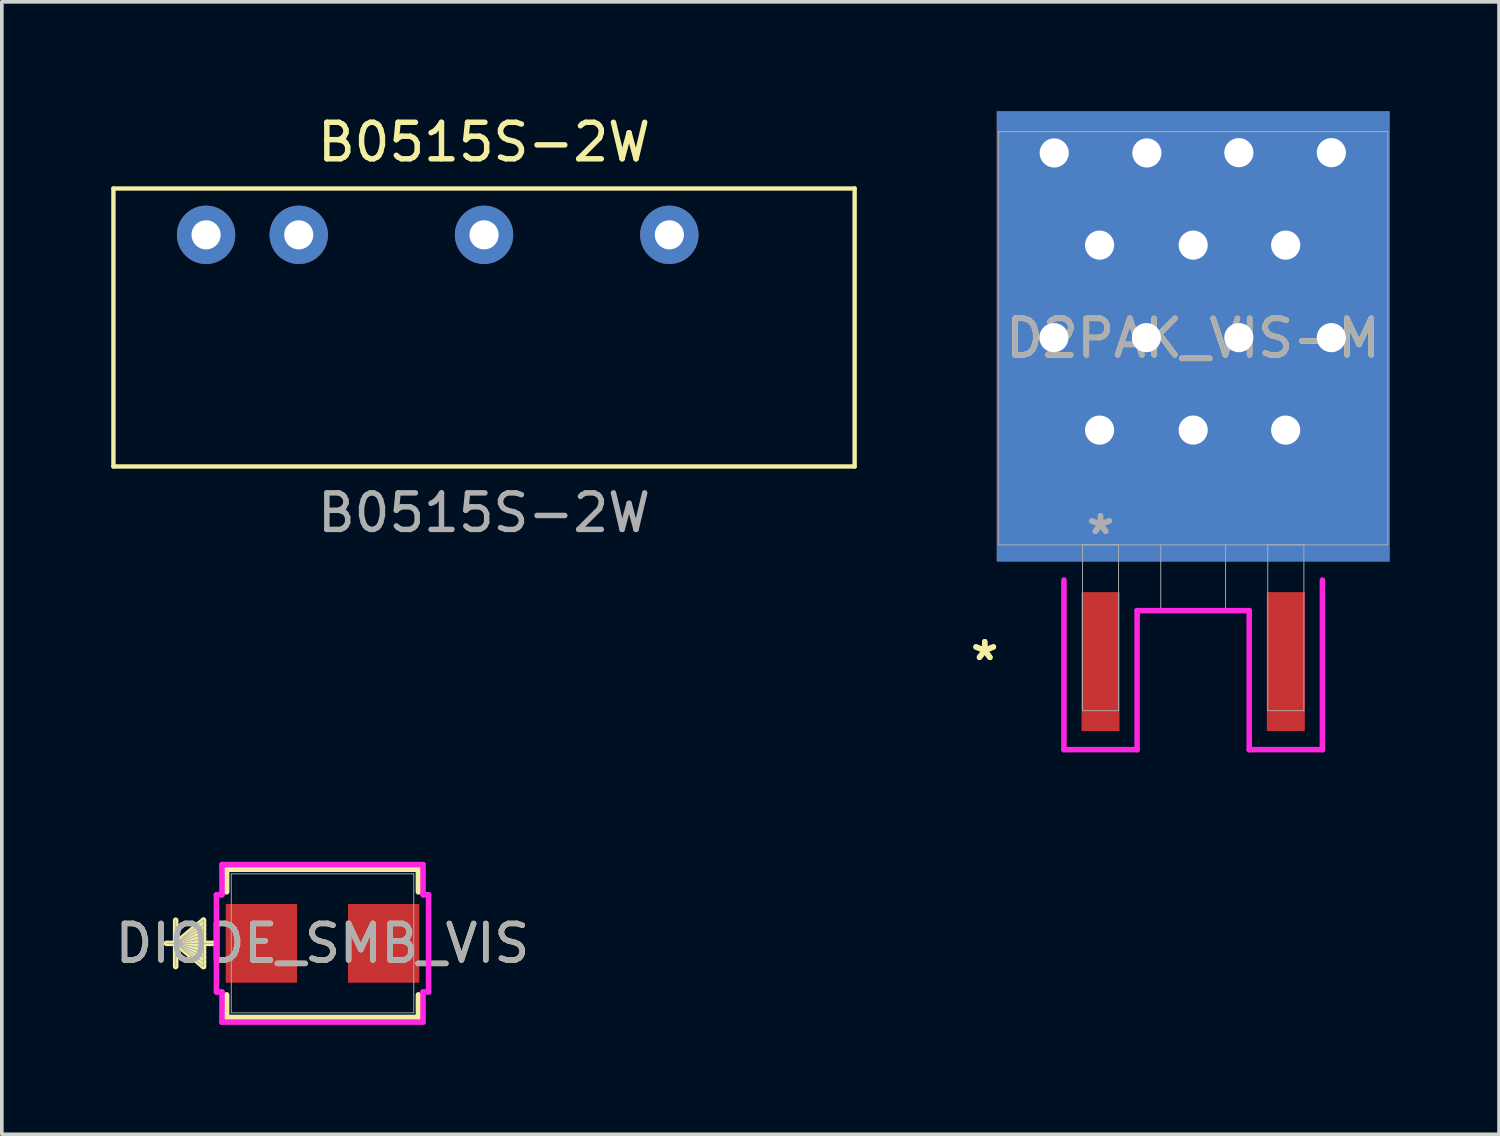
<source format=kicad_pcb>
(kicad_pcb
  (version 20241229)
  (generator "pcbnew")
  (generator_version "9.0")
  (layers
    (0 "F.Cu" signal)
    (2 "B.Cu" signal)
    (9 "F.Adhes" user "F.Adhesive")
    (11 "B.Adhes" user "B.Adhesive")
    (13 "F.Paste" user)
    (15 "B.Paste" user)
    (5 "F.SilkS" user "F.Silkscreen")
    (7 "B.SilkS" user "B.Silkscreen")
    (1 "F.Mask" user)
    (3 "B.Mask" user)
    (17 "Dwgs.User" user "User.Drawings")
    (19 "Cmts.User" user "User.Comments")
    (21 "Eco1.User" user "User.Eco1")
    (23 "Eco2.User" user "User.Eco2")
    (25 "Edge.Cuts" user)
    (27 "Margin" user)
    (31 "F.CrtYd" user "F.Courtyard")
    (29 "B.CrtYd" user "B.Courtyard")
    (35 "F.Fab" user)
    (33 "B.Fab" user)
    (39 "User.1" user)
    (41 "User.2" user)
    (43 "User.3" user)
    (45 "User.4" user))
  (footprint "DIODE_SMB_VIS"
    (layer "F.Cu")
    (at 5.792 22.812)
    (property "Reference" "DIODE_SMB_VIS" (at 0 0 0) (unlocked yes) (layer "F.SilkS") (effects (font (size 1 1) (thickness 0.15))))
    (attr smd)
    (fp_line (start -4.026 -0.635) (end -4.026 0.635) (stroke (width 0.152) (type solid)) (layer "F.SilkS"))
    (fp_line (start -4.026 0) (end -3.264 -0.635) (stroke (width 0.152) (type solid)) (layer "F.SilkS"))
    (fp_line (start -4.026 0) (end -3.264 -0.508) (stroke (width 0.152) (type solid)) (layer "F.SilkS"))
    (fp_line (start -4.026 0) (end -3.264 -0.381) (stroke (width 0.152) (type solid)) (layer "F.SilkS"))
    (fp_line (start -4.026 0) (end -3.264 -0.254) (stroke (width 0.152) (type solid)) (layer "F.SilkS"))
    (fp_line (start -4.026 0) (end -3.264 -0.127) (stroke (width 0.152) (type solid)) (layer "F.SilkS"))
    (fp_line (start -4.026 0) (end -3.264 0.127) (stroke (width 0.152) (type solid)) (layer "F.SilkS"))
    (fp_line (start -4.026 0) (end -3.264 0.254) (stroke (width 0.152) (type solid)) (layer "F.SilkS"))
    (fp_line (start -4.026 0) (end -3.264 0.381) (stroke (width 0.152) (type solid)) (layer "F.SilkS"))
    (fp_line (start -4.026 0) (end -3.264 0.508) (stroke (width 0.152) (type solid)) (layer "F.SilkS"))
    (fp_line (start -4.026 0) (end -3.264 0.635) (stroke (width 0.152) (type solid)) (layer "F.SilkS"))
    (fp_line (start -3.264 -0.635) (end -3.264 0.635) (stroke (width 0.152) (type solid)) (layer "F.SilkS"))
    (fp_line (start -3.01 0) (end -4.28 0) (stroke (width 0.152) (type solid)) (layer "F.SilkS"))
    (fp_line (start -2.629 -2.032) (end -2.629 -1.412) (stroke (width 0.152) (type solid)) (layer "F.SilkS"))
    (fp_line (start -2.629 1.412) (end -2.629 2.032) (stroke (width 0.152) (type solid)) (layer "F.SilkS"))
    (fp_line (start -2.629 2.032) (end 2.629 2.032) (stroke (width 0.152) (type solid)) (layer "F.SilkS"))
    (fp_line (start 2.629 -2.032) (end -2.629 -2.032) (stroke (width 0.152) (type solid)) (layer "F.SilkS"))
    (fp_line (start 2.629 -1.412) (end 2.629 -2.032) (stroke (width 0.152) (type solid)) (layer "F.SilkS"))
    (fp_line (start 2.629 2.032) (end 2.629 1.412) (stroke (width 0.152) (type solid)) (layer "F.SilkS"))
    (fp_line (start -2.908 -1.333) (end -2.756 -1.333) (stroke (width 0.152) (type solid)) (layer "F.CrtYd"))
    (fp_line (start -2.908 1.333) (end -2.908 -1.333) (stroke (width 0.152) (type solid)) (layer "F.CrtYd"))
    (fp_line (start -2.756 -2.159) (end 2.756 -2.159) (stroke (width 0.152) (type solid)) (layer "F.CrtYd"))
    (fp_line (start -2.756 -1.333) (end -2.756 -2.159) (stroke (width 0.152) (type solid)) (layer "F.CrtYd"))
    (fp_line (start -2.756 1.333) (end -2.908 1.333) (stroke (width 0.152) (type solid)) (layer "F.CrtYd"))
    (fp_line (start -2.756 2.159) (end -2.756 1.333) (stroke (width 0.152) (type solid)) (layer "F.CrtYd"))
    (fp_line (start 2.756 -2.159) (end 2.756 -1.333) (stroke (width 0.152) (type solid)) (layer "F.CrtYd"))
    (fp_line (start 2.756 -1.333) (end 2.908 -1.333) (stroke (width 0.152) (type solid)) (layer "F.CrtYd"))
    (fp_line (start 2.756 1.333) (end 2.756 2.159) (stroke (width 0.152) (type solid)) (layer "F.CrtYd"))
    (fp_line (start 2.756 2.159) (end -2.756 2.159) (stroke (width 0.152) (type solid)) (layer "F.CrtYd"))
    (fp_line (start 2.908 -1.333) (end 2.908 1.333) (stroke (width 0.152) (type solid)) (layer "F.CrtYd"))
    (fp_line (start 2.908 1.333) (end 2.756 1.333) (stroke (width 0.152) (type solid)) (layer "F.CrtYd"))
    (fp_line (start -4.026 -0.635) (end -4.026 0.635) (stroke (width 0.025) (type solid)) (layer "F.Fab"))
    (fp_line (start -4.026 0) (end -3.264 -0.635) (stroke (width 0.025) (type solid)) (layer "F.Fab"))
    (fp_line (start -4.026 0) (end -3.264 -0.508) (stroke (width 0.025) (type solid)) (layer "F.Fab"))
    (fp_line (start -4.026 0) (end -3.264 -0.381) (stroke (width 0.025) (type solid)) (layer "F.Fab"))
    (fp_line (start -4.026 0) (end -3.264 -0.254) (stroke (width 0.025) (type solid)) (layer "F.Fab"))
    (fp_line (start -4.026 0) (end -3.264 -0.127) (stroke (width 0.025) (type solid)) (layer "F.Fab"))
    (fp_line (start -4.026 0) (end -3.264 0.127) (stroke (width 0.025) (type solid)) (layer "F.Fab"))
    (fp_line (start -4.026 0) (end -3.264 0.254) (stroke (width 0.025) (type solid)) (layer "F.Fab"))
    (fp_line (start -4.026 0) (end -3.264 0.381) (stroke (width 0.025) (type solid)) (layer "F.Fab"))
    (fp_line (start -4.026 0) (end -3.264 0.508) (stroke (width 0.025) (type solid)) (layer "F.Fab"))
    (fp_line (start -4.026 0) (end -3.264 0.635) (stroke (width 0.025) (type solid)) (layer "F.Fab"))
    (fp_line (start -3.264 -0.635) (end -3.264 0.635) (stroke (width 0.025) (type solid)) (layer "F.Fab"))
    (fp_line (start -3.01 0) (end -4.28 0) (stroke (width 0.025) (type solid)) (layer "F.Fab"))
    (fp_line (start -2.502 -1.905) (end -2.502 1.905) (stroke (width 0.025) (type solid)) (layer "F.Fab"))
    (fp_line (start -2.502 1.905) (end 2.502 1.905) (stroke (width 0.025) (type solid)) (layer "F.Fab"))
    (fp_line (start 2.502 -1.905) (end -2.502 -1.905) (stroke (width 0.025) (type solid)) (layer "F.Fab"))
    (fp_line (start 2.502 1.905) (end 2.502 -1.905) (stroke (width 0.025) (type solid)) (layer "F.Fab"))
    (fp_text user "${REFERENCE}" (at 0 0 0) (unlocked yes) (layer "F.Fab") (effects (font (size 1 1) (thickness 0.15))))
    (pad "1" smd rect (at -1.676 0 90) (size 2.159 1.956) (layers "F.Cu" "F.Mask" "F.Paste"))
    (pad "2" smd rect (at 1.676 0 90) (size 2.159 1.956) (layers "F.Cu" "F.Mask" "F.Paste"))
    (zone (net_name "") (layer "F.Cu") (hatch full 0.508) (connect_pads) (min_thickness 0.254) (filled_areas_thickness no) (keepout (tracks not_allowed) (vias not_allowed) (pads allowed) (copperpour not_allowed) (footprints allowed)) (placement (enabled no)) (fill) (polygon (pts (xy 3.341 20.958) (xy 8.243 20.958) (xy 8.243 21.682) (xy 3.341 21.682))))
    (zone (net_name "") (layer "F.Cu") (hatch full 0.508) (connect_pads) (min_thickness 0.254) (filled_areas_thickness no) (keepout (tracks not_allowed) (vias not_allowed) (pads allowed) (copperpour not_allowed) (footprints allowed)) (placement (enabled no)) (fill) (polygon (pts (xy 3.341 23.942) (xy 8.243 23.942) (xy 8.243 24.666) (xy 3.341 24.666))))
    (zone (net_name "") (layer "F.Cu") (hatch full 0.508) (connect_pads) (min_thickness 0.254) (filled_areas_thickness no) (keepout (tracks not_allowed) (vias not_allowed) (pads allowed) (copperpour not_allowed) (footprints allowed)) (placement (enabled no)) (fill) (polygon (pts (xy 5.144 21.682) (xy 6.439 21.682) (xy 6.439 23.942) (xy 5.144 23.942)))))
  (footprint "D2PAK_VIS-M"
    (layer "F.Cu")
    (at 29.661 6.223)
    (property "Reference" "D2PAK_VIS-M" (at 0 0 0) (unlocked yes) (layer "F.SilkS") (effects (font (size 1 1) (thickness 0.15))))
    (attr smd)
    (fp_line (start -3.543 11.278) (end -3.543 6.629) (stroke (width 0.152) (type solid)) (layer "F.CrtYd"))
    (fp_line (start -1.537 7.468) (end -1.537 11.278) (stroke (width 0.152) (type solid)) (layer "F.CrtYd"))
    (fp_line (start -1.537 11.278) (end -3.543 11.278) (stroke (width 0.152) (type solid)) (layer "F.CrtYd"))
    (fp_line (start 1.537 7.468) (end -1.537 7.468) (stroke (width 0.152) (type solid)) (layer "F.CrtYd"))
    (fp_line (start 1.537 11.278) (end 1.537 7.468) (stroke (width 0.152) (type solid)) (layer "F.CrtYd"))
    (fp_line (start 3.543 6.629) (end 3.543 11.278) (stroke (width 0.152) (type solid)) (layer "F.CrtYd"))
    (fp_line (start 3.543 11.278) (end 1.537 11.278) (stroke (width 0.152) (type solid)) (layer "F.CrtYd"))
    (fp_line (start -5.334 -5.664) (end -5.334 5.664) (stroke (width 0.025) (type solid)) (layer "F.Fab"))
    (fp_line (start -5.334 5.664) (end 5.334 5.664) (stroke (width 0.025) (type solid)) (layer "F.Fab"))
    (fp_line (start -3.035 5.664) (end -3.035 10.211) (stroke (width 0.025) (type solid)) (layer "F.Fab"))
    (fp_line (start -3.035 10.211) (end -2.045 10.211) (stroke (width 0.025) (type solid)) (layer "F.Fab"))
    (fp_line (start -2.045 5.664) (end -3.035 5.664) (stroke (width 0.025) (type solid)) (layer "F.Fab"))
    (fp_line (start -2.045 10.211) (end -2.045 5.664) (stroke (width 0.025) (type solid)) (layer "F.Fab"))
    (fp_line (start -0.889 5.664) (end -0.889 7.442) (stroke (width 0.025) (type solid)) (layer "F.Fab"))
    (fp_line (start -0.889 7.442) (end 0.889 7.442) (stroke (width 0.025) (type solid)) (layer "F.Fab"))
    (fp_line (start 0.889 7.442) (end 0.889 5.664) (stroke (width 0.025) (type solid)) (layer "F.Fab"))
    (fp_line (start 2.045 5.664) (end 2.045 10.211) (stroke (width 0.025) (type solid)) (layer "F.Fab"))
    (fp_line (start 2.045 10.211) (end 3.035 10.211) (stroke (width 0.025) (type solid)) (layer "F.Fab"))
    (fp_line (start 3.035 5.664) (end 2.045 5.664) (stroke (width 0.025) (type solid)) (layer "F.Fab"))
    (fp_line (start 3.035 10.211) (end 3.035 5.664) (stroke (width 0.025) (type solid)) (layer "F.Fab"))
    (fp_line (start 5.334 -5.664) (end -5.334 -5.664) (stroke (width 0.025) (type solid)) (layer "F.Fab"))
    (fp_line (start 5.334 5.664) (end 5.334 -5.664) (stroke (width 0.025) (type solid)) (layer "F.Fab"))
    (fp_text user "*" (at -5.715 8.865 0) (layer "F.SilkS") (effects (font (size 1 1) (thickness 0.15))))
    (fp_text user "*" (at -5.715 8.865 0) (unlocked yes) (layer "F.SilkS") (effects (font (size 1 1) (thickness 0.15))))
    (fp_text user "*" (at -2.54 5.41 0) (unlocked yes) (layer "F.Fab") (effects (font (size 1 1) (thickness 0.15))))
    (fp_text user "*" (at -2.54 5.41 0) (layer "F.Fab") (effects (font (size 1 1) (thickness 0.15))))
    (fp_text user "${REFERENCE}" (at 0 0 0) (unlocked yes) (layer "F.Fab") (effects (font (size 1 1) (thickness 0.15))))
    (pad "1" smd rect (at -2.54 8.865) (size 1.041 3.81) (layers "F.Cu" "F.Mask" "F.Paste"))
    (pad "2" thru_hole circle (at -3.818 -0.017) (size 1.6 1.6) (drill 0.8) (layers "*.Cu" "*.Mask"))
    (pad "2" thru_hole circle (at -3.81 -5.08) (size 1.6 1.6) (drill 0.8) (layers "*.Cu" "*.Mask"))
    (pad "2" thru_hole circle (at -2.566 -2.553) (size 1.6 1.6) (drill 0.8) (layers "*.Cu" "*.Mask"))
    (pad "2" thru_hole circle (at -2.566 2.518) (size 1.6 1.6) (drill 0.8) (layers "*.Cu" "*.Mask"))
    (pad "2" thru_hole circle (at -1.283 -0.017) (size 1.6 1.6) (drill 0.8) (layers "*.Cu" "*.Mask"))
    (pad "2" thru_hole circle (at -1.27 -5.08) (size 1.6 1.6) (drill 0.8) (layers "*.Cu" "*.Mask"))
    (pad "2" thru_hole circle (at 0 -2.553) (size 1.6 1.6) (drill 0.8) (layers "*.Cu" "*.Mask"))
    (pad "2" smd rect (at 0 -0.051) (size 10.77 12.344) (layers "F.Cu" "F.Mask" "F.Paste"))
    (pad "2" smd rect (at 0 -0.051) (size 10.77 12.344) (layers "B.Cu" "B.Mask" "B.Paste"))
    (pad "2" thru_hole circle (at 0 2.518) (size 1.6 1.6) (drill 0.8) (layers "*.Cu" "*.Mask"))
    (pad "2" thru_hole circle (at 1.252 -5.088) (size 1.6 1.6) (drill 0.8) (layers "*.Cu" "*.Mask"))
    (pad "2" thru_hole circle (at 1.252 -0.017) (size 1.6 1.6) (drill 0.8) (layers "*.Cu" "*.Mask"))
    (pad "2" thru_hole circle (at 2.535 -2.553) (size 1.6 1.6) (drill 0.8) (layers "*.Cu" "*.Mask"))
    (pad "2" thru_hole circle (at 2.535 2.518) (size 1.6 1.6) (drill 0.8) (layers "*.Cu" "*.Mask"))
    (pad "2" thru_hole circle (at 3.787 -5.088) (size 1.6 1.6) (drill 0.8) (layers "*.Cu" "*.Mask"))
    (pad "2" thru_hole circle (at 3.787 -0.017) (size 1.6 1.6) (drill 0.8) (layers "*.Cu" "*.Mask"))
    (pad "3" smd rect (at 2.54 8.865) (size 1.041 3.81) (layers "F.Cu" "F.Mask" "F.Paste")))
  (footprint "B0515S-2W"
    (layer "F.Cu")
    (at 2.6 3.388)
    (property "Reference" "B0515S-2W" (at 7.62 -2.54 0) (unlocked yes) (layer "F.SilkS") (effects (font (size 1 1) (thickness 0.15))))
    (attr through_hole)
    (fp_line (start -2.54 -1.27) (end 17.78 -1.27) (stroke (width 0.12) (type solid)) (layer "F.SilkS"))
    (fp_line (start -2.54 6.35) (end -2.54 -1.27) (stroke (width 0.12) (type solid)) (layer "F.SilkS"))
    (fp_line (start 17.78 -1.27) (end 17.78 6.35) (stroke (width 0.12) (type solid)) (layer "F.SilkS"))
    (fp_line (start 17.78 6.35) (end -2.54 6.35) (stroke (width 0.12) (type solid)) (layer "F.SilkS"))
    (fp_text user "${REFERENCE}" (at 7.62 7.62 0) (unlocked yes) (layer "F.Fab") (effects (font (size 1 1) (thickness 0.15))))
    (pad "1" thru_hole circle (at 2.54 0) (size 1.6 1.6) (drill 0.8) (layers "*.Cu" "*.Mask"))
    (pad "2" thru_hole circle (at 0 0) (size 1.6 1.6) (drill 0.8) (layers "*.Cu" "*.Mask"))
    (pad "3" thru_hole circle (at 7.62 0) (size 1.6 1.6) (drill 0.8) (layers "*.Cu" "*.Mask"))
    (pad "4" thru_hole circle (at 12.7 0) (size 1.6 1.6) (drill 0.8) (layers "*.Cu" "*.Mask")))
  (gr_rect
    (start -3 -3)
    (end 38.046 28.047)
    (stroke (width 0.1) (type default))
    (fill no)
    (layer "Edge.Cuts")))
</source>
